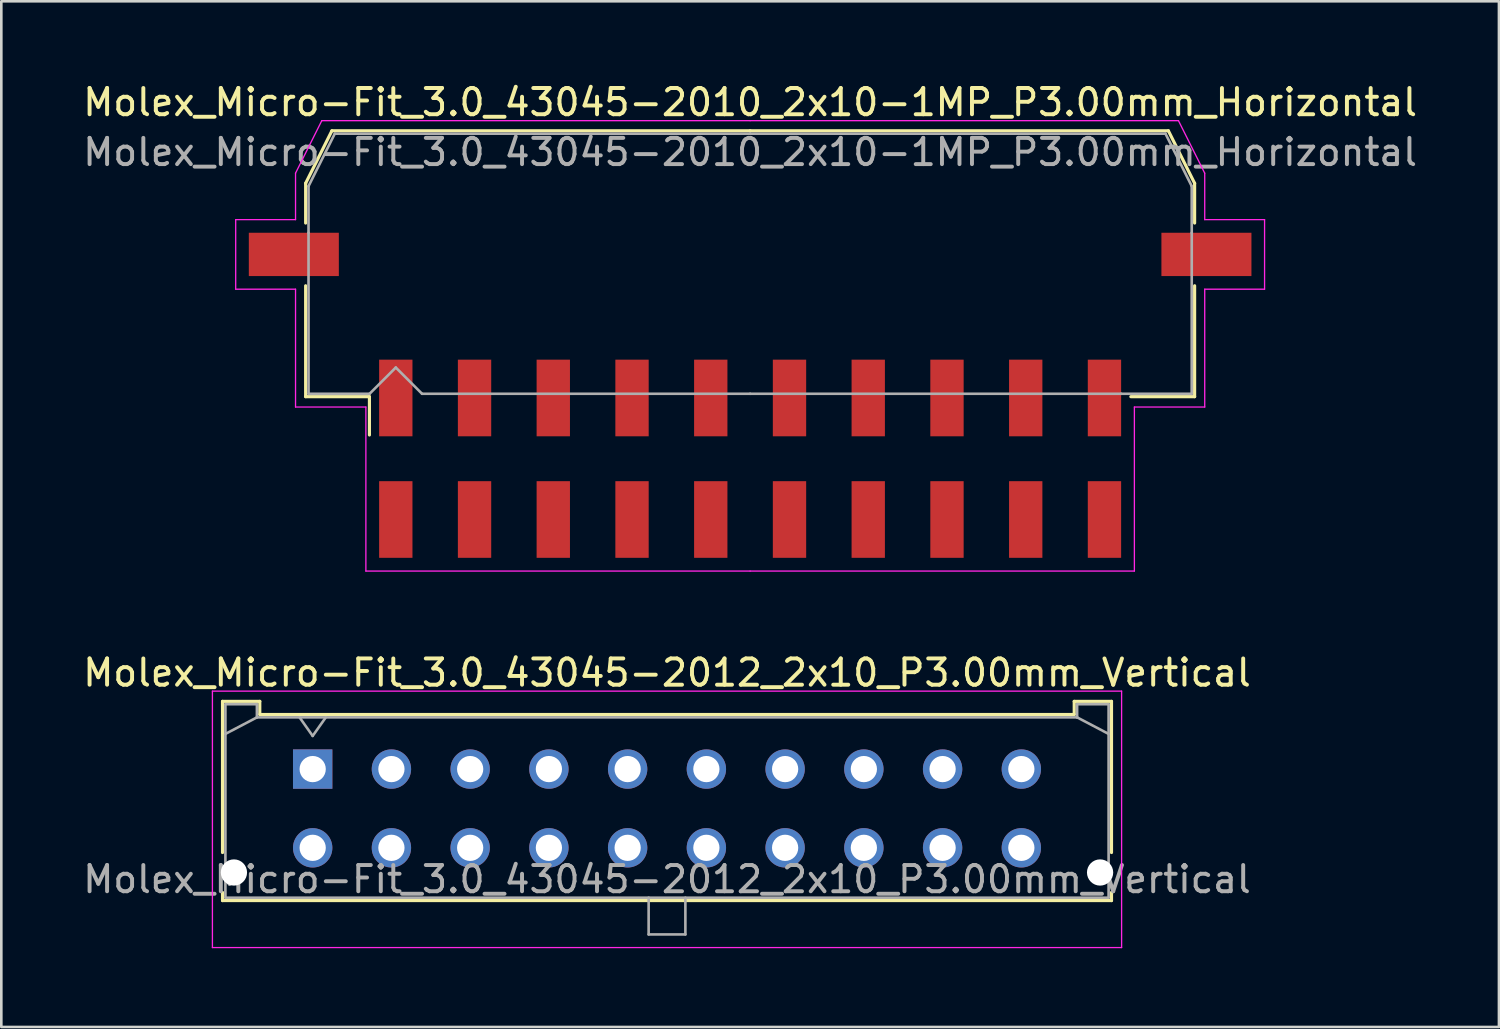
<source format=kicad_pcb>
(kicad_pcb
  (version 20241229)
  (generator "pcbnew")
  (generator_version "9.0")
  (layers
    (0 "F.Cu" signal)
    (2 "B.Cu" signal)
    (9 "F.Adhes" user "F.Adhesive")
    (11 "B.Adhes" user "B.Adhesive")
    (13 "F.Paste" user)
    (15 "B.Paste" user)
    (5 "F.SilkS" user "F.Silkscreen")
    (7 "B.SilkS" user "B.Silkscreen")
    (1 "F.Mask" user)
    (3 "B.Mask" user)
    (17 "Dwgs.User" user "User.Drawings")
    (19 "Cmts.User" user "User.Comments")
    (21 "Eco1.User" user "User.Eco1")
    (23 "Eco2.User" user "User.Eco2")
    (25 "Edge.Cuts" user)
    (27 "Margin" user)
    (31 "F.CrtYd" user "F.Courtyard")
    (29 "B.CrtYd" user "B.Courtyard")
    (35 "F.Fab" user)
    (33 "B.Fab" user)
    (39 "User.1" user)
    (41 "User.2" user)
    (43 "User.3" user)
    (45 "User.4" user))
  (footprint "Molex_Micro-Fit_3.0_43045-2012_2x10_P3.00mm_Vertical"
    (layer "F.Cu")
    (at 8.863 26.252)
    (property "Reference" "Molex_Micro-Fit_3.0_43045-2012_2x10_P3.00mm_Vertical" (at 13.5 -3.67 0) (layer "F.SilkS") (effects (font (size 1 1) (thickness 0.15))))
    (attr through_hole)
    (fp_line (start -3.435 -2.58) (end -2.015 -2.58) (stroke (width 0.12) (type solid)) (layer "F.SilkS"))
    (fp_line (start -3.435 3.18) (end -3.435 -2.58) (stroke (width 0.12) (type solid)) (layer "F.SilkS"))
    (fp_line (start -3.435 4.7) (end -3.435 5.01) (stroke (width 0.12) (type solid)) (layer "F.SilkS"))
    (fp_line (start -3.435 5.01) (end 30.435 5.01) (stroke (width 0.12) (type solid)) (layer "F.SilkS"))
    (fp_line (start -2.015 -2.58) (end -2.015 -2.08) (stroke (width 0.12) (type solid)) (layer "F.SilkS"))
    (fp_line (start -2.015 -2.08) (end 29.015 -2.08) (stroke (width 0.12) (type solid)) (layer "F.SilkS"))
    (fp_line (start 29.015 -2.58) (end 30.435 -2.58) (stroke (width 0.12) (type solid)) (layer "F.SilkS"))
    (fp_line (start 29.015 -2.08) (end 29.015 -2.58) (stroke (width 0.12) (type solid)) (layer "F.SilkS"))
    (fp_line (start 30.435 -2.58) (end 30.435 3.18) (stroke (width 0.12) (type solid)) (layer "F.SilkS"))
    (fp_line (start 30.435 5.01) (end 30.435 4.7) (stroke (width 0.12) (type solid)) (layer "F.SilkS"))
    (fp_line (start -3.82 -2.97) (end 30.82 -2.97) (stroke (width 0.05) (type solid)) (layer "F.CrtYd"))
    (fp_line (start -3.82 6.8) (end -3.82 -2.97) (stroke (width 0.05) (type solid)) (layer "F.CrtYd"))
    (fp_line (start 30.82 -2.97) (end 30.82 6.8) (stroke (width 0.05) (type solid)) (layer "F.CrtYd"))
    (fp_line (start 30.82 6.8) (end -3.82 6.8) (stroke (width 0.05) (type solid)) (layer "F.CrtYd"))
    (fp_line (start -3.325 -2.47) (end -3.325 4.9) (stroke (width 0.1) (type solid)) (layer "F.Fab"))
    (fp_line (start -3.325 -1.34) (end -2.125 -1.97) (stroke (width 0.1) (type solid)) (layer "F.Fab"))
    (fp_line (start -3.325 4.9) (end 30.325 4.9) (stroke (width 0.1) (type solid)) (layer "F.Fab"))
    (fp_line (start -2.125 -2.47) (end -3.325 -2.47) (stroke (width 0.1) (type solid)) (layer "F.Fab"))
    (fp_line (start -2.125 -1.97) (end -2.125 -2.47) (stroke (width 0.1) (type solid)) (layer "F.Fab"))
    (fp_line (start -0.5 -1.97) (end 0 -1.263) (stroke (width 0.1) (type solid)) (layer "F.Fab"))
    (fp_line (start 0 -1.263) (end 0.5 -1.97) (stroke (width 0.1) (type solid)) (layer "F.Fab"))
    (fp_line (start 12.8 4.9) (end 12.8 6.3) (stroke (width 0.1) (type solid)) (layer "F.Fab"))
    (fp_line (start 12.8 6.3) (end 14.2 6.3) (stroke (width 0.1) (type solid)) (layer "F.Fab"))
    (fp_line (start 14.2 6.3) (end 14.2 4.9) (stroke (width 0.1) (type solid)) (layer "F.Fab"))
    (fp_line (start 29.125 -2.47) (end 29.125 -1.97) (stroke (width 0.1) (type solid)) (layer "F.Fab"))
    (fp_line (start 29.125 -1.97) (end -2.125 -1.97) (stroke (width 0.1) (type solid)) (layer "F.Fab"))
    (fp_line (start 30.325 -2.47) (end 29.125 -2.47) (stroke (width 0.1) (type solid)) (layer "F.Fab"))
    (fp_line (start 30.325 -1.34) (end 29.125 -1.97) (stroke (width 0.1) (type solid)) (layer "F.Fab"))
    (fp_line (start 30.325 4.9) (end 30.325 -2.47) (stroke (width 0.1) (type solid)) (layer "F.Fab"))
    (fp_text user "${REFERENCE}" (at 13.5 4.2 0) (layer "F.Fab") (effects (font (size 1 1) (thickness 0.15))))
    (pad "" np_thru_hole circle (at -3 3.94) (size 1 1) (drill 1) (layers "*.Cu" "*.Mask"))
    (pad "" np_thru_hole circle (at 30 3.94) (size 1 1) (drill 1) (layers "*.Cu" "*.Mask"))
    (pad "1" thru_hole rect (at 0 0) (size 1.5 1.5) (drill 1) (layers "*.Cu" "*.Mask"))
    (pad "2" thru_hole circle (at 3 0) (size 1.5 1.5) (drill 1) (layers "*.Cu" "*.Mask"))
    (pad "3" thru_hole circle (at 6 0) (size 1.5 1.5) (drill 1) (layers "*.Cu" "*.Mask"))
    (pad "4" thru_hole circle (at 9 0) (size 1.5 1.5) (drill 1) (layers "*.Cu" "*.Mask"))
    (pad "5" thru_hole circle (at 12 0) (size 1.5 1.5) (drill 1) (layers "*.Cu" "*.Mask"))
    (pad "6" thru_hole circle (at 15 0) (size 1.5 1.5) (drill 1) (layers "*.Cu" "*.Mask"))
    (pad "7" thru_hole circle (at 18 0) (size 1.5 1.5) (drill 1) (layers "*.Cu" "*.Mask"))
    (pad "8" thru_hole circle (at 21 0) (size 1.5 1.5) (drill 1) (layers "*.Cu" "*.Mask"))
    (pad "9" thru_hole circle (at 24 0) (size 1.5 1.5) (drill 1) (layers "*.Cu" "*.Mask"))
    (pad "10" thru_hole circle (at 27 0) (size 1.5 1.5) (drill 1) (layers "*.Cu" "*.Mask"))
    (pad "11" thru_hole circle (at 0 3) (size 1.5 1.5) (drill 1) (layers "*.Cu" "*.Mask"))
    (pad "12" thru_hole circle (at 3 3) (size 1.5 1.5) (drill 1) (layers "*.Cu" "*.Mask"))
    (pad "13" thru_hole circle (at 6 3) (size 1.5 1.5) (drill 1) (layers "*.Cu" "*.Mask"))
    (pad "14" thru_hole circle (at 9 3) (size 1.5 1.5) (drill 1) (layers "*.Cu" "*.Mask"))
    (pad "15" thru_hole circle (at 12 3) (size 1.5 1.5) (drill 1) (layers "*.Cu" "*.Mask"))
    (pad "16" thru_hole circle (at 15 3) (size 1.5 1.5) (drill 1) (layers "*.Cu" "*.Mask"))
    (pad "17" thru_hole circle (at 18 3) (size 1.5 1.5) (drill 1) (layers "*.Cu" "*.Mask"))
    (pad "18" thru_hole circle (at 21 3) (size 1.5 1.5) (drill 1) (layers "*.Cu" "*.Mask"))
    (pad "19" thru_hole circle (at 24 3) (size 1.5 1.5) (drill 1) (layers "*.Cu" "*.Mask"))
    (pad "20" thru_hole circle (at 27 3) (size 1.5 1.5) (drill 1) (layers "*.Cu" "*.Mask")))
  (footprint "Molex_Micro-Fit_3.0_43045-2010_2x10-1MP_P3.00mm_Horizontal"
    (layer "F.Cu")
    (at 25.53 14.428)
    (property "Reference" "Molex_Micro-Fit_3.0_43045-2010_2x10-1MP_P3.00mm_Horizontal" (at 0 -13.58 0) (layer "F.SilkS") (effects (font (size 1 1) (thickness 0.15))))
    (attr smd)
    (fp_line (start -16.935 -10.495) (end -16.935 -8.98) (stroke (width 0.12) (type solid)) (layer "F.SilkS"))
    (fp_line (start -16.935 -6.59) (end -16.935 -2.365) (stroke (width 0.12) (type solid)) (layer "F.SilkS"))
    (fp_line (start -16.935 -2.365) (end -14.505 -2.365) (stroke (width 0.12) (type solid)) (layer "F.SilkS"))
    (fp_line (start -15.935 -12.495) (end -16.935 -10.495) (stroke (width 0.12) (type solid)) (layer "F.SilkS"))
    (fp_line (start -14.505 -2.365) (end -14.505 -0.905) (stroke (width 0.12) (type solid)) (layer "F.SilkS"))
    (fp_line (start 0 -12.495) (end -15.935 -12.495) (stroke (width 0.12) (type solid)) (layer "F.SilkS"))
    (fp_line (start 0 -12.495) (end 15.935 -12.495) (stroke (width 0.12) (type solid)) (layer "F.SilkS"))
    (fp_line (start 15.935 -12.495) (end 16.935 -10.495) (stroke (width 0.12) (type solid)) (layer "F.SilkS"))
    (fp_line (start 16.935 -10.495) (end 16.935 -8.98) (stroke (width 0.12) (type solid)) (layer "F.SilkS"))
    (fp_line (start 16.935 -6.59) (end 16.935 -2.365) (stroke (width 0.12) (type solid)) (layer "F.SilkS"))
    (fp_line (start 16.935 -2.365) (end 14.505 -2.365) (stroke (width 0.12) (type solid)) (layer "F.SilkS"))
    (fp_line (start -19.6 -9.11) (end -19.6 -6.46) (stroke (width 0.05) (type solid)) (layer "F.CrtYd"))
    (fp_line (start -19.6 -6.46) (end -17.32 -6.46) (stroke (width 0.05) (type solid)) (layer "F.CrtYd"))
    (fp_line (start -17.32 -10.88) (end -17.32 -9.11) (stroke (width 0.05) (type solid)) (layer "F.CrtYd"))
    (fp_line (start -17.32 -9.11) (end -19.6 -9.11) (stroke (width 0.05) (type solid)) (layer "F.CrtYd"))
    (fp_line (start -17.32 -6.46) (end -17.32 -1.97) (stroke (width 0.05) (type solid)) (layer "F.CrtYd"))
    (fp_line (start -17.32 -1.97) (end -14.64 -1.97) (stroke (width 0.05) (type solid)) (layer "F.CrtYd"))
    (fp_line (start -16.32 -12.88) (end -17.32 -10.88) (stroke (width 0.05) (type solid)) (layer "F.CrtYd"))
    (fp_line (start -14.64 -1.97) (end -14.64 4.28) (stroke (width 0.05) (type solid)) (layer "F.CrtYd"))
    (fp_line (start -14.64 4.28) (end 0 4.28) (stroke (width 0.05) (type solid)) (layer "F.CrtYd"))
    (fp_line (start 0 -12.88) (end -16.32 -12.88) (stroke (width 0.05) (type solid)) (layer "F.CrtYd"))
    (fp_line (start 0 -12.88) (end 16.32 -12.88) (stroke (width 0.05) (type solid)) (layer "F.CrtYd"))
    (fp_line (start 14.64 -1.97) (end 14.64 4.28) (stroke (width 0.05) (type solid)) (layer "F.CrtYd"))
    (fp_line (start 14.64 4.28) (end 0 4.28) (stroke (width 0.05) (type solid)) (layer "F.CrtYd"))
    (fp_line (start 16.32 -12.88) (end 17.32 -10.88) (stroke (width 0.05) (type solid)) (layer "F.CrtYd"))
    (fp_line (start 17.32 -10.88) (end 17.32 -9.11) (stroke (width 0.05) (type solid)) (layer "F.CrtYd"))
    (fp_line (start 17.32 -9.11) (end 19.6 -9.11) (stroke (width 0.05) (type solid)) (layer "F.CrtYd"))
    (fp_line (start 17.32 -6.46) (end 17.32 -1.97) (stroke (width 0.05) (type solid)) (layer "F.CrtYd"))
    (fp_line (start 17.32 -1.97) (end 14.64 -1.97) (stroke (width 0.05) (type solid)) (layer "F.CrtYd"))
    (fp_line (start 19.6 -9.11) (end 19.6 -6.46) (stroke (width 0.05) (type solid)) (layer "F.CrtYd"))
    (fp_line (start 19.6 -6.46) (end 17.32 -6.46) (stroke (width 0.05) (type solid)) (layer "F.CrtYd"))
    (fp_line (start -16.825 -10.385) (end -16.825 -8.61) (stroke (width 0.1) (type solid)) (layer "F.Fab"))
    (fp_line (start -16.825 -8.61) (end -16.825 -2.475) (stroke (width 0.1) (type solid)) (layer "F.Fab"))
    (fp_line (start -16.825 -2.475) (end -14.5 -2.475) (stroke (width 0.1) (type solid)) (layer "F.Fab"))
    (fp_line (start -15.825 -12.385) (end -16.825 -10.385) (stroke (width 0.1) (type solid)) (layer "F.Fab"))
    (fp_line (start -14.5 -2.475) (end -13.5 -3.475) (stroke (width 0.1) (type solid)) (layer "F.Fab"))
    (fp_line (start -13.5 -3.475) (end -12.5 -2.475) (stroke (width 0.1) (type solid)) (layer "F.Fab"))
    (fp_line (start -12.5 -2.475) (end 0 -2.475) (stroke (width 0.1) (type solid)) (layer "F.Fab"))
    (fp_line (start 0 -12.385) (end -15.825 -12.385) (stroke (width 0.1) (type solid)) (layer "F.Fab"))
    (fp_line (start 0 -12.385) (end 15.825 -12.385) (stroke (width 0.1) (type solid)) (layer "F.Fab"))
    (fp_line (start 14.135 -2.475) (end 0 -2.475) (stroke (width 0.1) (type solid)) (layer "F.Fab"))
    (fp_line (start 15.825 -12.385) (end 16.825 -10.385) (stroke (width 0.1) (type solid)) (layer "F.Fab"))
    (fp_line (start 16.825 -10.385) (end 16.825 -8.61) (stroke (width 0.1) (type solid)) (layer "F.Fab"))
    (fp_line (start 16.825 -8.61) (end 16.825 -2.475) (stroke (width 0.1) (type solid)) (layer "F.Fab"))
    (fp_line (start 16.825 -2.475) (end 14.135 -2.475) (stroke (width 0.1) (type solid)) (layer "F.Fab"))
    (fp_text user "${REFERENCE}" (at 0 -11.68 0) (layer "F.Fab") (effects (font (size 1 1) (thickness 0.15))))
    (pad "1" smd rect (at -13.5 -2.315) (size 1.27 2.92) (layers "F.Cu" "F.Mask" "F.Paste"))
    (pad "2" smd rect (at -10.5 -2.315) (size 1.27 2.92) (layers "F.Cu" "F.Mask" "F.Paste"))
    (pad "3" smd rect (at -7.5 -2.315) (size 1.27 2.92) (layers "F.Cu" "F.Mask" "F.Paste"))
    (pad "4" smd rect (at -4.5 -2.315) (size 1.27 2.92) (layers "F.Cu" "F.Mask" "F.Paste"))
    (pad "5" smd rect (at -1.5 -2.315) (size 1.27 2.92) (layers "F.Cu" "F.Mask" "F.Paste"))
    (pad "6" smd rect (at 1.5 -2.315) (size 1.27 2.92) (layers "F.Cu" "F.Mask" "F.Paste"))
    (pad "7" smd rect (at 4.5 -2.315) (size 1.27 2.92) (layers "F.Cu" "F.Mask" "F.Paste"))
    (pad "8" smd rect (at 7.5 -2.315) (size 1.27 2.92) (layers "F.Cu" "F.Mask" "F.Paste"))
    (pad "9" smd rect (at 10.5 -2.315) (size 1.27 2.92) (layers "F.Cu" "F.Mask" "F.Paste"))
    (pad "10" smd rect (at 13.5 -2.315) (size 1.27 2.92) (layers "F.Cu" "F.Mask" "F.Paste"))
    (pad "11" smd rect (at -13.5 2.315) (size 1.27 2.92) (layers "F.Cu" "F.Mask" "F.Paste"))
    (pad "12" smd rect (at -10.5 2.315) (size 1.27 2.92) (layers "F.Cu" "F.Mask" "F.Paste"))
    (pad "13" smd rect (at -7.5 2.315) (size 1.27 2.92) (layers "F.Cu" "F.Mask" "F.Paste"))
    (pad "14" smd rect (at -4.5 2.315) (size 1.27 2.92) (layers "F.Cu" "F.Mask" "F.Paste"))
    (pad "15" smd rect (at -1.5 2.315) (size 1.27 2.92) (layers "F.Cu" "F.Mask" "F.Paste"))
    (pad "16" smd rect (at 1.5 2.315) (size 1.27 2.92) (layers "F.Cu" "F.Mask" "F.Paste"))
    (pad "17" smd rect (at 4.5 2.315) (size 1.27 2.92) (layers "F.Cu" "F.Mask" "F.Paste"))
    (pad "18" smd rect (at 7.5 2.315) (size 1.27 2.92) (layers "F.Cu" "F.Mask" "F.Paste"))
    (pad "19" smd rect (at 10.5 2.315) (size 1.27 2.92) (layers "F.Cu" "F.Mask" "F.Paste"))
    (pad "20" smd rect (at 13.5 2.315) (size 1.27 2.92) (layers "F.Cu" "F.Mask" "F.Paste"))
    (pad "MP" smd rect (at -17.385 -7.785) (size 3.43 1.65) (layers "F.Cu" "F.Mask" "F.Paste"))
    (pad "MP" smd rect (at 17.385 -7.785) (size 3.43 1.65) (layers "F.Cu" "F.Mask" "F.Paste")))
  (gr_rect
    (start -3 -3)
    (end 54.06 36.077)
    (stroke (width 0.1) (type default))
    (fill no)
    (layer "Edge.Cuts")))
</source>
